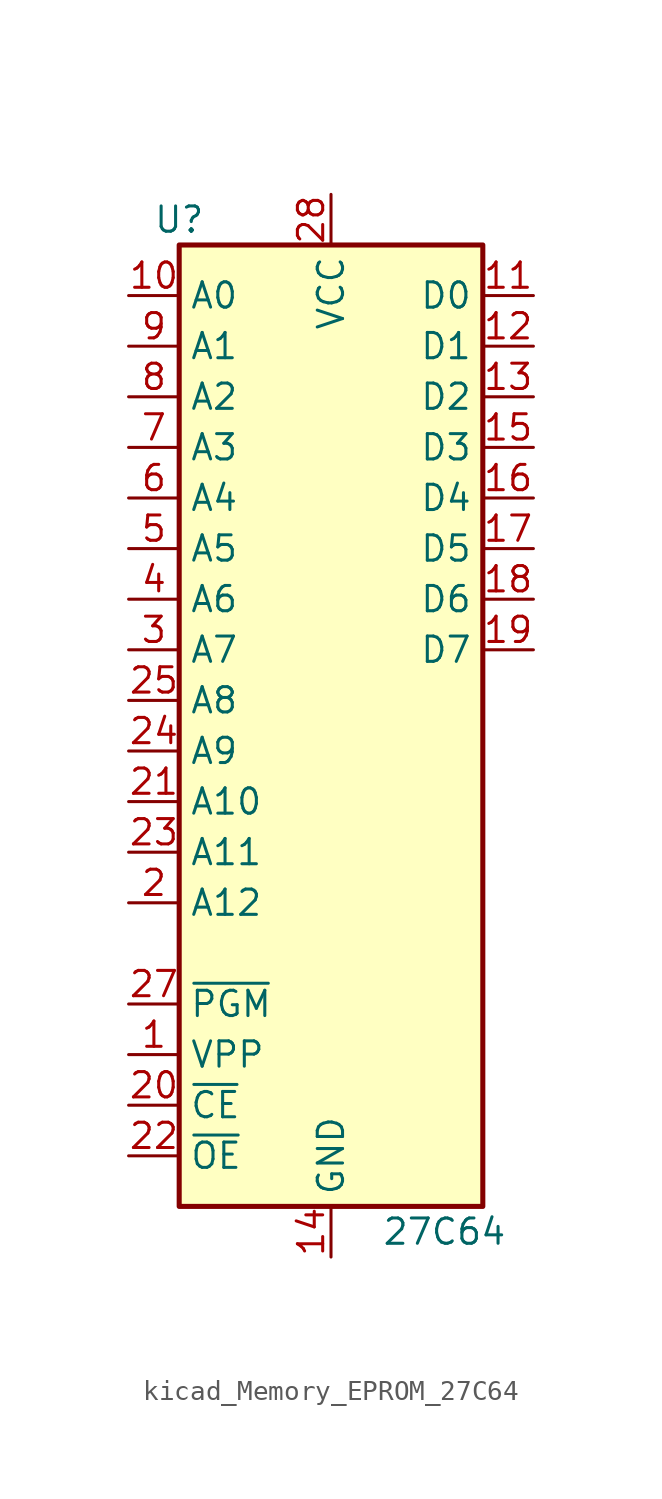
<source format=kicad_sym>
(kicad_symbol_lib
  (version 20220914)
  (generator kicad_symbol_editor)
  (symbol "kicad_Memory_EPROM_27C64"
    (property "Reference" "U"
      (at -7.62 24.13 0)
      (effects (font (size 1.27 1.27))))
    (property "Value" "27C64"
      (at 2.54 -26.67 0)
      (effects (font (size 1.27 1.27)) (justify left)))
    (symbol "kicad_Memory_EPROM_27C64_1_1"
      (rectangle (start -7.62 22.86) (end 7.62 -25.4) (stroke (width 0.254) (type default)) (fill (type background)))
      (pin input line (at -10.16 -17.78 0) (length 2.54) (name "VPP" (effects (font (size 1.27 1.27)))) (number "1" (effects (font (size 1.27 1.27)))))
      (pin input line (at -10.16 20.32 0) (length 2.54) (name "A0" (effects (font (size 1.27 1.27)))) (number "10" (effects (font (size 1.27 1.27)))))
      (pin tri_state line (at 10.16 20.32 180) (length 2.54) (name "D0" (effects (font (size 1.27 1.27)))) (number "11" (effects (font (size 1.27 1.27)))))
      (pin tri_state line (at 10.16 17.78 180) (length 2.54) (name "D1" (effects (font (size 1.27 1.27)))) (number "12" (effects (font (size 1.27 1.27)))))
      (pin tri_state line (at 10.16 15.24 180) (length 2.54) (name "D2" (effects (font (size 1.27 1.27)))) (number "13" (effects (font (size 1.27 1.27)))))
      (pin power_in line (at 0 -27.94 90) (length 2.54) (name "GND" (effects (font (size 1.27 1.27)))) (number "14" (effects (font (size 1.27 1.27)))))
      (pin tri_state line (at 10.16 12.7 180) (length 2.54) (name "D3" (effects (font (size 1.27 1.27)))) (number "15" (effects (font (size 1.27 1.27)))))
      (pin tri_state line (at 10.16 10.16 180) (length 2.54) (name "D4" (effects (font (size 1.27 1.27)))) (number "16" (effects (font (size 1.27 1.27)))))
      (pin tri_state line (at 10.16 7.62 180) (length 2.54) (name "D5" (effects (font (size 1.27 1.27)))) (number "17" (effects (font (size 1.27 1.27)))))
      (pin tri_state line (at 10.16 5.08 180) (length 2.54) (name "D6" (effects (font (size 1.27 1.27)))) (number "18" (effects (font (size 1.27 1.27)))))
      (pin tri_state line (at 10.16 2.54 180) (length 2.54) (name "D7" (effects (font (size 1.27 1.27)))) (number "19" (effects (font (size 1.27 1.27)))))
      (pin input line (at -10.16 -10.16 0) (length 2.54) (name "A12" (effects (font (size 1.27 1.27)))) (number "2" (effects (font (size 1.27 1.27)))))
      (pin input line (at -10.16 -20.32 0) (length 2.54) (name "~{CE}" (effects (font (size 1.27 1.27)))) (number "20" (effects (font (size 1.27 1.27)))))
      (pin input line (at -10.16 -5.08 0) (length 2.54) (name "A10" (effects (font (size 1.27 1.27)))) (number "21" (effects (font (size 1.27 1.27)))))
      (pin input line (at -10.16 -22.86 0) (length 2.54) (name "~{OE}" (effects (font (size 1.27 1.27)))) (number "22" (effects (font (size 1.27 1.27)))))
      (pin input line (at -10.16 -7.62 0) (length 2.54) (name "A11" (effects (font (size 1.27 1.27)))) (number "23" (effects (font (size 1.27 1.27)))))
      (pin input line (at -10.16 -2.54 0) (length 2.54) (name "A9" (effects (font (size 1.27 1.27)))) (number "24" (effects (font (size 1.27 1.27)))))
      (pin input line (at -10.16 0 0) (length 2.54) (name "A8" (effects (font (size 1.27 1.27)))) (number "25" (effects (font (size 1.27 1.27)))))
      (pin no_connect line (at 7.62 0 180) (length 2.54) hide (name "NC" (effects (font (size 1.27 1.27)))) (number "26" (effects (font (size 1.27 1.27)))))
      (pin input line (at -10.16 -15.24 0) (length 2.54) (name "~{PGM}" (effects (font (size 1.27 1.27)))) (number "27" (effects (font (size 1.27 1.27)))))
      (pin power_in line (at 0 25.4 270) (length 2.54) (name "VCC" (effects (font (size 1.27 1.27)))) (number "28" (effects (font (size 1.27 1.27)))))
      (pin input line (at -10.16 2.54 0) (length 2.54) (name "A7" (effects (font (size 1.27 1.27)))) (number "3" (effects (font (size 1.27 1.27)))))
      (pin input line (at -10.16 5.08 0) (length 2.54) (name "A6" (effects (font (size 1.27 1.27)))) (number "4" (effects (font (size 1.27 1.27)))))
      (pin input line (at -10.16 7.62 0) (length 2.54) (name "A5" (effects (font (size 1.27 1.27)))) (number "5" (effects (font (size 1.27 1.27)))))
      (pin input line (at -10.16 10.16 0) (length 2.54) (name "A4" (effects (font (size 1.27 1.27)))) (number "6" (effects (font (size 1.27 1.27)))))
      (pin input line (at -10.16 12.7 0) (length 2.54) (name "A3" (effects (font (size 1.27 1.27)))) (number "7" (effects (font (size 1.27 1.27)))))
      (pin input line (at -10.16 15.24 0) (length 2.54) (name "A2" (effects (font (size 1.27 1.27)))) (number "8" (effects (font (size 1.27 1.27)))))
      (pin input line (at -10.16 17.78 0) (length 2.54) (name "A1" (effects (font (size 1.27 1.27)))) (number "9" (effects (font (size 1.27 1.27))))))))
</source>
